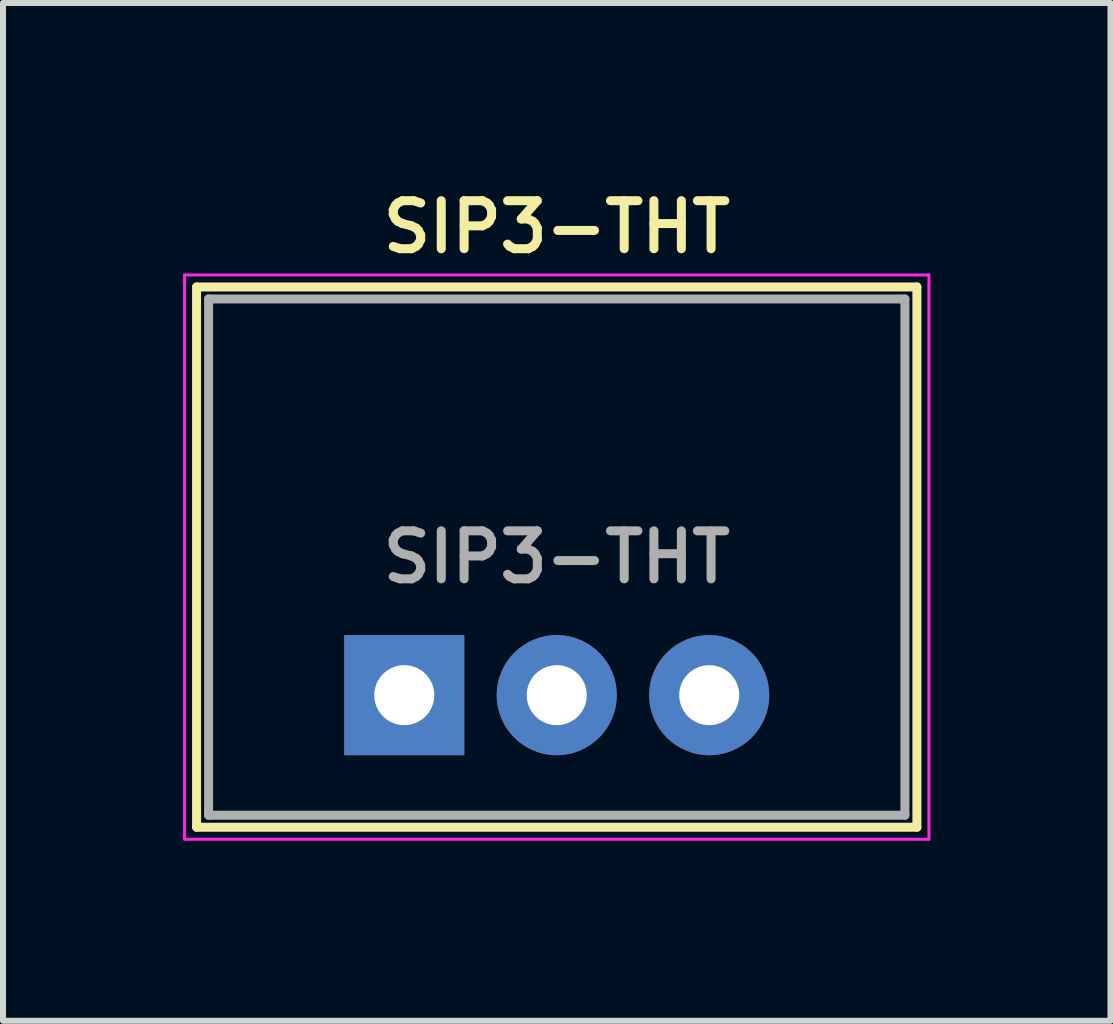
<source format=kicad_pcb>
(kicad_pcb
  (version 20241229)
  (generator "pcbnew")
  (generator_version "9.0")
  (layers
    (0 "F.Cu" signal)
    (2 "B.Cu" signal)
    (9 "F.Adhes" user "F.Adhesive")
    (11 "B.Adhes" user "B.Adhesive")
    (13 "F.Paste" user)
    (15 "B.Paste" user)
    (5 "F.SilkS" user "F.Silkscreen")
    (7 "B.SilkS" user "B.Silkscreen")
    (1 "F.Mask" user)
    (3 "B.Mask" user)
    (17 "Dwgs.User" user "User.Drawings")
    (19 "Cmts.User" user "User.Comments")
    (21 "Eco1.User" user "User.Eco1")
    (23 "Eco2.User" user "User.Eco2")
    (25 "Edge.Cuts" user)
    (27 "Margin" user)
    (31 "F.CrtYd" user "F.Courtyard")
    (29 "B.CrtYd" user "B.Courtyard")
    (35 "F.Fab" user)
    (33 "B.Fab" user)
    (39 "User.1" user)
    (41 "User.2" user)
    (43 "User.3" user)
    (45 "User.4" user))
  (footprint "SIP3-THT"
    (layer "F.Cu")
    (at 6.225 6.231)
    (property "Reference" "SIP3-THT" (at 0 -5.5 0) (layer "F.SilkS") (effects (font (size 0.8 0.8) (thickness 0.15))))
    (attr through_hole)
    (fp_line (start -6 -4.5) (end -6 4.5) (stroke (width 0.15) (type solid)) (layer "F.SilkS"))
    (fp_line (start -6 4.5) (end 6 4.5) (stroke (width 0.15) (type solid)) (layer "F.SilkS"))
    (fp_line (start 6 -4.5) (end -6 -4.5) (stroke (width 0.15) (type solid)) (layer "F.SilkS"))
    (fp_line (start 6 4.5) (end 6 -4.5) (stroke (width 0.15) (type solid)) (layer "F.SilkS"))
    (fp_line (start -6.2 -4.7) (end 6.2 -4.7) (stroke (width 0.05) (type solid)) (layer "F.CrtYd"))
    (fp_line (start -6.2 4.7) (end -6.2 -4.7) (stroke (width 0.05) (type solid)) (layer "F.CrtYd"))
    (fp_line (start 6.2 -4.7) (end 6.2 4.7) (stroke (width 0.05) (type solid)) (layer "F.CrtYd"))
    (fp_line (start 6.2 4.7) (end -6.2 4.7) (stroke (width 0.05) (type solid)) (layer "F.CrtYd"))
    (fp_line (start -5.8 -4.3) (end 5.8 -4.3) (stroke (width 0.15) (type solid)) (layer "F.Fab"))
    (fp_line (start -5.8 4.3) (end -5.8 -4.3) (stroke (width 0.15) (type solid)) (layer "F.Fab"))
    (fp_line (start -5.8 4.3) (end 5.8 4.3) (stroke (width 0.15) (type solid)) (layer "F.Fab"))
    (fp_line (start -2.89 2.15) (end -2.19 2.15) (stroke (width 0.15) (type solid)) (layer "F.Fab"))
    (fp_line (start -2.89 2.45) (end -2.89 2.15) (stroke (width 0.15) (type solid)) (layer "F.Fab"))
    (fp_line (start -2.19 2.15) (end -2.19 2.45) (stroke (width 0.15) (type solid)) (layer "F.Fab"))
    (fp_line (start -2.19 2.45) (end -2.89 2.45) (stroke (width 0.15) (type solid)) (layer "F.Fab"))
    (fp_line (start -0.35 2.15) (end 0.35 2.15) (stroke (width 0.15) (type solid)) (layer "F.Fab"))
    (fp_line (start -0.35 2.45) (end -0.35 2.15) (stroke (width 0.15) (type solid)) (layer "F.Fab"))
    (fp_line (start 0.35 2.15) (end 0.35 2.45) (stroke (width 0.15) (type solid)) (layer "F.Fab"))
    (fp_line (start 0.35 2.45) (end -0.35 2.45) (stroke (width 0.15) (type solid)) (layer "F.Fab"))
    (fp_line (start 2.19 2.15) (end 2.89 2.15) (stroke (width 0.15) (type solid)) (layer "F.Fab"))
    (fp_line (start 2.19 2.45) (end 2.19 2.15) (stroke (width 0.15) (type solid)) (layer "F.Fab"))
    (fp_line (start 2.89 2.15) (end 2.89 2.45) (stroke (width 0.15) (type solid)) (layer "F.Fab"))
    (fp_line (start 2.89 2.45) (end 2.19 2.45) (stroke (width 0.15) (type solid)) (layer "F.Fab"))
    (fp_line (start 5.8 4.3) (end 5.8 -4.3) (stroke (width 0.15) (type solid)) (layer "F.Fab"))
    (fp_text user "${REFERENCE}" (at 0 0 0) (layer "F.Fab") (effects (font (size 0.8 0.8) (thickness 0.15))))
    (pad "1" thru_hole rect (at -2.54 2.3) (size 2 2) (drill 1) (layers "*.Cu" "*.Mask"))
    (pad "2" thru_hole circle (at 0 2.3) (size 2 2) (drill 1) (layers "*.Cu" "*.Mask"))
    (pad "3" thru_hole circle (at 2.54 2.3) (size 2 2) (drill 1) (layers "*.Cu" "*.Mask")))
  (gr_rect
    (start -3 -3)
    (end 15.45 13.956)
    (stroke (width 0.1) (type default))
    (fill no)
    (layer "Edge.Cuts")))
</source>
